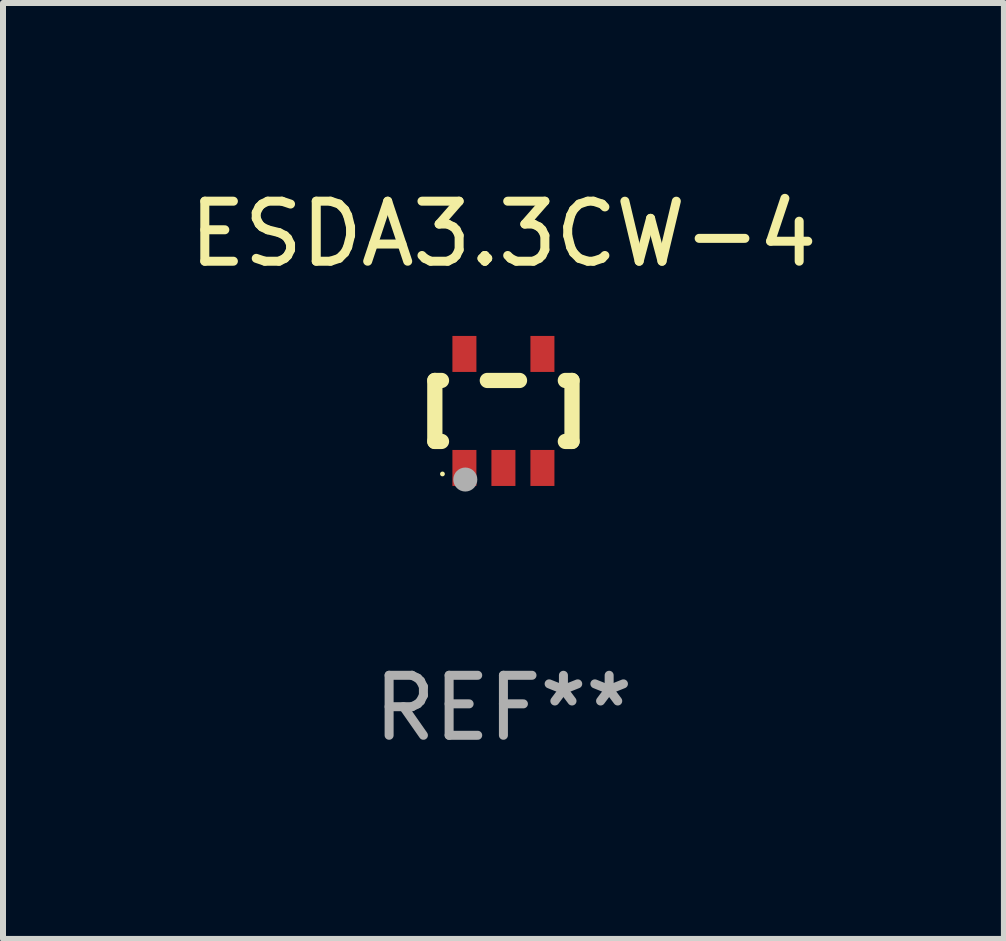
<source format=kicad_pcb>
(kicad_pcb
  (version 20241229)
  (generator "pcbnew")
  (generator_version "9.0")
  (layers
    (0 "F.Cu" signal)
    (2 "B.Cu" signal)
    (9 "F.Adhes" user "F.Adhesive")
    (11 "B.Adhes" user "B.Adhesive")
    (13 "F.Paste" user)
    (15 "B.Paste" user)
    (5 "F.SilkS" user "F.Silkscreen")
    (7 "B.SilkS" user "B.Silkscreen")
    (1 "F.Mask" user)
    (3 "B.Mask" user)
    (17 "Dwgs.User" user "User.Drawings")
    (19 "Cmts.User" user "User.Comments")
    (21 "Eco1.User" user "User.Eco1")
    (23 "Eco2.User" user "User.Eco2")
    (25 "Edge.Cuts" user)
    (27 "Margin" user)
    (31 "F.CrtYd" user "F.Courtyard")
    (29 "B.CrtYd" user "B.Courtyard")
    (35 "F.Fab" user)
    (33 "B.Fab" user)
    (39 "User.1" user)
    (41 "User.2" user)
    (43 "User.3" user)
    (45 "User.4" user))
  (footprint "ESDA3.3CW-4"
    (layer "F.Cu")
    (at 5.339 3.798)
    (property "Reference" "ESDA3.3CW-4" (at 0 -2.95 0) (layer "F.SilkS") (effects (font (size 1 1) (thickness 0.15))))
    (attr through_hole)
    (fp_line (start -1.143 -0.508) (end -1.032 -0.508) (stroke (width 0.254) (type solid)) (layer "F.SilkS"))
    (fp_line (start -1.143 0.508) (end -1.143 -0.508) (stroke (width 0.254) (type solid)) (layer "F.SilkS"))
    (fp_line (start -1.032 0.508) (end -1.143 0.508) (stroke (width 0.254) (type solid)) (layer "F.SilkS"))
    (fp_line (start -0.268 -0.508) (end 0.268 -0.508) (stroke (width 0.254) (type solid)) (layer "F.SilkS"))
    (fp_line (start 1.032 -0.508) (end 1.143 -0.508) (stroke (width 0.254) (type solid)) (layer "F.SilkS"))
    (fp_line (start 1.143 -0.508) (end 1.143 0.508) (stroke (width 0.254) (type solid)) (layer "F.SilkS"))
    (fp_line (start 1.143 0.508) (end 1.032 0.508) (stroke (width 0.254) (type solid)) (layer "F.SilkS"))
    (fp_circle (center -1.016 1.05) (end -0.996 1.05) (stroke (width 0.04) (type solid)) (fill no) (layer "F.SilkS"))
    (fp_circle (center -0.635 1.143) (end -0.535 1.143) (stroke (width 0.2) (type solid)) (fill no) (layer "F.Fab"))
    (fp_text user "REF**" (at 0 4.95 0) (layer "F.Fab") (effects (font (size 1 1) (thickness 0.15))))
    (pad "1" smd rect (at -0.65 0.95) (size 0.4 0.6) (layers "F.Cu" "F.Mask" "F.Paste"))
    (pad "2" smd rect (at 0 0.95) (size 0.4 0.6) (layers "F.Cu" "F.Mask" "F.Paste"))
    (pad "3" smd rect (at 0.65 0.95) (size 0.4 0.6) (layers "F.Cu" "F.Mask" "F.Paste"))
    (pad "4" smd rect (at 0.65 -0.95) (size 0.4 0.6) (layers "F.Cu" "F.Mask" "F.Paste"))
    (pad "5" smd rect (at -0.65 -0.95) (size 0.4 0.6) (layers "F.Cu" "F.Mask" "F.Paste")))
  (gr_rect
    (start -3 -3)
    (end 13.679 12.596)
    (stroke (width 0.1) (type default))
    (fill no)
    (layer "Edge.Cuts")))
</source>
